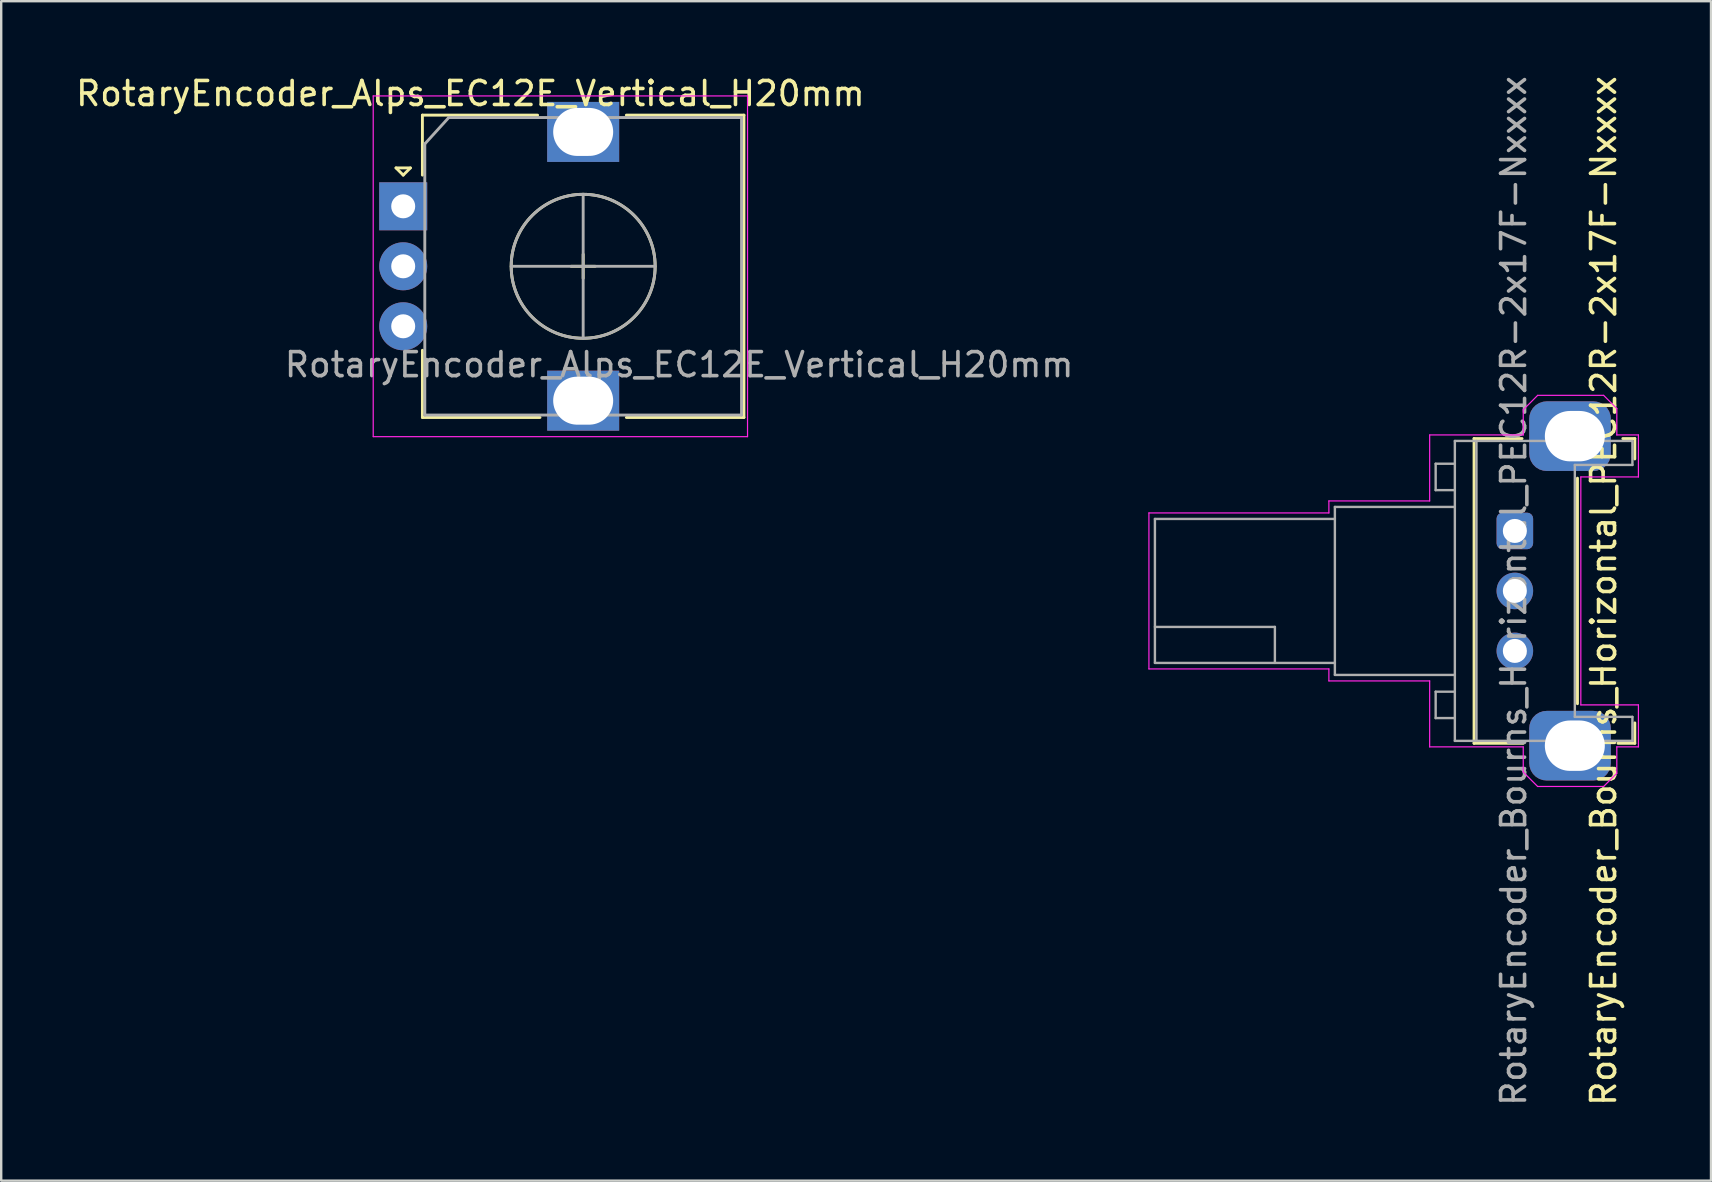
<source format=kicad_pcb>
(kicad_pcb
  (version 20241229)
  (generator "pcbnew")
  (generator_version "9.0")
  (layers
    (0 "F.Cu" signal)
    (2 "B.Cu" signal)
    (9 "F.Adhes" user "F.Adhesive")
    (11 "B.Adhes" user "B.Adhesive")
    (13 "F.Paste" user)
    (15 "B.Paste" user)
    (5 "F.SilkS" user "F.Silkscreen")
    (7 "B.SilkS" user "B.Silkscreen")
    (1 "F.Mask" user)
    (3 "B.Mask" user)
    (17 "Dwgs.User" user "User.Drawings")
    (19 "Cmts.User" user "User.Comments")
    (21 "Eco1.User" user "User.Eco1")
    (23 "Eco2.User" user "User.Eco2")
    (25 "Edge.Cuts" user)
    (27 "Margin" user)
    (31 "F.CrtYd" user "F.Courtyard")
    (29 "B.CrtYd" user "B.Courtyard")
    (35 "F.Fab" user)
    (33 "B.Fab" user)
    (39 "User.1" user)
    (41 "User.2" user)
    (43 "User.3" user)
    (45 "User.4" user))
  (footprint "RotaryEncoder_Alps_EC12E_Vertical_H20mm"
    (layer "F.Cu")
    (at 13.754 5.548)
    (property "Reference" "RotaryEncoder_Alps_EC12E_Vertical_H20mm" (at 2.8 -4.7 0) (layer "F.SilkS") (effects (font (size 1 1) (thickness 0.15))))
    (attr through_hole)
    (fp_line (start -0.3 -1.6) (end 0.3 -1.6) (stroke (width 0.12) (type solid)) (layer "F.SilkS"))
    (fp_line (start 0 -1.3) (end -0.3 -1.6) (stroke (width 0.12) (type solid)) (layer "F.SilkS"))
    (fp_line (start 0.3 -1.6) (end 0 -1.3) (stroke (width 0.12) (type solid)) (layer "F.SilkS"))
    (fp_line (start 0.8 -3.8) (end 0.8 -1.3) (stroke (width 0.12) (type solid)) (layer "F.SilkS"))
    (fp_line (start 0.8 8.8) (end 0.8 6) (stroke (width 0.12) (type solid)) (layer "F.SilkS"))
    (fp_line (start 5.6 -3.8) (end 0.8 -3.8) (stroke (width 0.12) (type solid)) (layer "F.SilkS"))
    (fp_line (start 5.7 8.8) (end 0.8 8.8) (stroke (width 0.12) (type solid)) (layer "F.SilkS"))
    (fp_line (start 7 2.5) (end 8 2.5) (stroke (width 0.12) (type solid)) (layer "F.SilkS"))
    (fp_line (start 7.5 2) (end 7.5 3) (stroke (width 0.12) (type solid)) (layer "F.SilkS"))
    (fp_line (start 9.3 -3.8) (end 14.2 -3.8) (stroke (width 0.12) (type solid)) (layer "F.SilkS"))
    (fp_line (start 14.2 -3.8) (end 14.2 8.8) (stroke (width 0.12) (type solid)) (layer "F.SilkS"))
    (fp_line (start 14.2 8.8) (end 9.3 8.8) (stroke (width 0.12) (type solid)) (layer "F.SilkS"))
    (fp_circle (center 7.5 2.5) (end 10.5 2.5) (stroke (width 0.12) (type solid)) (fill no) (layer "F.SilkS"))
    (fp_line (start -1.25 -4.6) (end -1.25 9.6) (stroke (width 0.05) (type solid)) (layer "F.CrtYd"))
    (fp_line (start -1.25 -4.6) (end 14.35 -4.6) (stroke (width 0.05) (type solid)) (layer "F.CrtYd"))
    (fp_line (start 14.35 9.6) (end -1.25 9.6) (stroke (width 0.05) (type solid)) (layer "F.CrtYd"))
    (fp_line (start 14.35 9.6) (end 14.35 -4.6) (stroke (width 0.05) (type solid)) (layer "F.CrtYd"))
    (fp_line (start 0.9 -2.6) (end 1.9 -3.7) (stroke (width 0.12) (type solid)) (layer "F.Fab"))
    (fp_line (start 0.9 8.7) (end 0.9 -2.6) (stroke (width 0.12) (type solid)) (layer "F.Fab"))
    (fp_line (start 1.9 -3.7) (end 14.1 -3.7) (stroke (width 0.12) (type solid)) (layer "F.Fab"))
    (fp_line (start 4.5 2.5) (end 10.5 2.5) (stroke (width 0.12) (type solid)) (layer "F.Fab"))
    (fp_line (start 7.5 -0.5) (end 7.5 5.5) (stroke (width 0.12) (type solid)) (layer "F.Fab"))
    (fp_line (start 14.1 -3.7) (end 14.1 8.7) (stroke (width 0.12) (type solid)) (layer "F.Fab"))
    (fp_line (start 14.1 8.7) (end 0.9 8.7) (stroke (width 0.12) (type solid)) (layer "F.Fab"))
    (fp_circle (center 7.5 2.5) (end 10.5 2.5) (stroke (width 0.12) (type solid)) (fill no) (layer "F.Fab"))
    (fp_text user "${REFERENCE}" (at 11.5 6.6 0) (layer "F.Fab") (effects (font (size 1 1) (thickness 0.15))))
    (pad "A" thru_hole rect (at 0 0) (size 2 2) (drill 1) (layers "*.Cu" "*.Mask"))
    (pad "B" thru_hole circle (at 0 5) (size 2 2) (drill 1) (layers "*.Cu" "*.Mask"))
    (pad "C" thru_hole circle (at 0 2.5) (size 2 2) (drill 1) (layers "*.Cu" "*.Mask"))
    (pad "MP" thru_hole rect (at 7.5 -3.1) (size 3 2.5) (drill oval 2.5 2) (layers "*.Cu" "*.Mask"))
    (pad "MP" thru_hole rect (at 7.5 8.1) (size 3 2.5) (drill oval 2.5 2) (layers "*.Cu" "*.Mask")))
  (footprint "RotaryEncoder_Bourns_Horizontal_PEC12R-2x17F-Nxxxx"
    (layer "F.Cu")
    (at 60.082 19.077)
    (property "Reference" "RotaryEncoder_Bourns_Horizontal_PEC12R-2x17F-Nxxxx" (at 3.7 2.5 270) (layer "F.SilkS") (effects (font (size 1 1) (thickness 0.15))))
    (attr through_hole)
    (fp_line (start -1.7 -3.85) (end -1.7 8.85) (stroke (width 0.12) (type solid)) (layer "F.SilkS"))
    (fp_line (start -1.7 8.85) (end 0.35 8.85) (stroke (width 0.12) (type solid)) (layer "F.SilkS"))
    (fp_line (start 0.3 -3.85) (end -1.7 -3.85) (stroke (width 0.12) (type solid)) (layer "F.SilkS"))
    (fp_line (start 2.61 -2.2) (end 2.61 7.2) (stroke (width 0.12) (type solid)) (layer "F.SilkS"))
    (fp_line (start 4.3 8.85) (end 5 8.85) (stroke (width 0.12) (type solid)) (layer "F.SilkS"))
    (fp_line (start 5 -3.85) (end 4.5 -3.85) (stroke (width 0.12) (type solid)) (layer "F.SilkS"))
    (fp_line (start 5 -3) (end 5 -3.85) (stroke (width 0.12) (type solid)) (layer "F.SilkS"))
    (fp_line (start 5 8.85) (end 5 8) (stroke (width 0.12) (type solid)) (layer "F.SilkS"))
    (fp_line (start -15.25 -0.75) (end -15.25 5.75) (stroke (width 0.05) (type default)) (layer "F.CrtYd"))
    (fp_line (start -15.25 5.75) (end -7.75 5.75) (stroke (width 0.05) (type default)) (layer "F.CrtYd"))
    (fp_line (start -7.75 -1.25) (end -3.55 -1.25) (stroke (width 0.05) (type default)) (layer "F.CrtYd"))
    (fp_line (start -7.75 -0.75) (end -15.25 -0.75) (stroke (width 0.05) (type default)) (layer "F.CrtYd"))
    (fp_line (start -7.75 -0.75) (end -7.75 -1.25) (stroke (width 0.05) (type default)) (layer "F.CrtYd"))
    (fp_line (start -7.75 5.75) (end -7.75 6.25) (stroke (width 0.05) (type default)) (layer "F.CrtYd"))
    (fp_line (start -7.75 6.25) (end -3.55 6.25) (stroke (width 0.05) (type default)) (layer "F.CrtYd"))
    (fp_line (start -3.55 -4) (end 0.35 -4) (stroke (width 0.05) (type solid)) (layer "F.CrtYd"))
    (fp_line (start -3.55 -1.25) (end -3.55 -4) (stroke (width 0.05) (type solid)) (layer "F.CrtYd"))
    (fp_line (start -3.55 9) (end -3.55 6.25) (stroke (width 0.05) (type solid)) (layer "F.CrtYd"))
    (fp_line (start 0.35 -5.05) (end 0.95 -5.65) (stroke (width 0.05) (type default)) (layer "F.CrtYd"))
    (fp_line (start 0.35 -4) (end 0.35 -5.05) (stroke (width 0.05) (type default)) (layer "F.CrtYd"))
    (fp_line (start 0.35 9) (end -3.55 9) (stroke (width 0.05) (type solid)) (layer "F.CrtYd"))
    (fp_line (start 0.35 10.05) (end 0.35 9) (stroke (width 0.05) (type default)) (layer "F.CrtYd"))
    (fp_line (start 0.35 10.05) (end 0.95 10.65) (stroke (width 0.05) (type default)) (layer "F.CrtYd"))
    (fp_line (start 2.75 -2.25) (end 5.15 -2.25) (stroke (width 0.05) (type default)) (layer "F.CrtYd"))
    (fp_line (start 2.75 7.25) (end 2.75 -2.25) (stroke (width 0.05) (type default)) (layer "F.CrtYd"))
    (fp_line (start 3.7 -5.65) (end 0.95 -5.65) (stroke (width 0.05) (type default)) (layer "F.CrtYd"))
    (fp_line (start 3.7 -5.65) (end 4.25 -5.1) (stroke (width 0.05) (type default)) (layer "F.CrtYd"))
    (fp_line (start 3.7 10.65) (end 0.95 10.65) (stroke (width 0.05) (type default)) (layer "F.CrtYd"))
    (fp_line (start 3.7 10.65) (end 4.25 10.1) (stroke (width 0.05) (type default)) (layer "F.CrtYd"))
    (fp_line (start 4.25 -4) (end 4.25 -5.1) (stroke (width 0.05) (type default)) (layer "F.CrtYd"))
    (fp_line (start 4.25 9) (end 4.25 10.1) (stroke (width 0.05) (type default)) (layer "F.CrtYd"))
    (fp_line (start 5.15 -4) (end 4.25 -4) (stroke (width 0.05) (type solid)) (layer "F.CrtYd"))
    (fp_line (start 5.15 -4) (end 5.15 -2.25) (stroke (width 0.05) (type solid)) (layer "F.CrtYd"))
    (fp_line (start 5.15 7.25) (end 2.75 7.25) (stroke (width 0.05) (type default)) (layer "F.CrtYd"))
    (fp_line (start 5.15 7.25) (end 5.15 9) (stroke (width 0.05) (type solid)) (layer "F.CrtYd"))
    (fp_line (start 5.15 9) (end 4.25 9) (stroke (width 0.05) (type solid)) (layer "F.CrtYd"))
    (fp_line (start -15 -0.5) (end -15 5.5) (stroke (width 0.1) (type default)) (layer "F.Fab"))
    (fp_line (start -15 4) (end -10 4) (stroke (width 0.1) (type default)) (layer "F.Fab"))
    (fp_line (start -15 5.5) (end -7.5 5.5) (stroke (width 0.1) (type solid)) (layer "F.Fab"))
    (fp_line (start -10 4) (end -10 5.5) (stroke (width 0.1) (type default)) (layer "F.Fab"))
    (fp_line (start -7.5 -1) (end -7.5 6) (stroke (width 0.1) (type default)) (layer "F.Fab"))
    (fp_line (start -7.5 -1) (end -2.5 -1) (stroke (width 0.1) (type default)) (layer "F.Fab"))
    (fp_line (start -7.5 -0.5) (end -15 -0.5) (stroke (width 0.1) (type solid)) (layer "F.Fab"))
    (fp_line (start -7.5 6) (end -2.5 6) (stroke (width 0.1) (type default)) (layer "F.Fab"))
    (fp_line (start -3.3 -2.8) (end -2.5 -2.8) (stroke (width 0.1) (type default)) (layer "F.Fab"))
    (fp_line (start -3.3 -1.7) (end -3.3 -2.8) (stroke (width 0.1) (type default)) (layer "F.Fab"))
    (fp_line (start -3.3 6.7) (end -2.5 6.7) (stroke (width 0.1) (type default)) (layer "F.Fab"))
    (fp_line (start -3.3 7.8) (end -3.3 6.7) (stroke (width 0.1) (type default)) (layer "F.Fab"))
    (fp_line (start -2.5 -3.75) (end 4.9 -3.75) (stroke (width 0.1) (type solid)) (layer "F.Fab"))
    (fp_line (start -2.5 -1.7) (end -3.3 -1.7) (stroke (width 0.1) (type default)) (layer "F.Fab"))
    (fp_line (start -2.5 7.8) (end -3.3 7.8) (stroke (width 0.1) (type default)) (layer "F.Fab"))
    (fp_line (start -2.5 8.75) (end -2.5 -3.75) (stroke (width 0.1) (type solid)) (layer "F.Fab"))
    (fp_line (start -1.6 8.75) (end -1.6 -3.75) (stroke (width 0.1) (type solid)) (layer "F.Fab"))
    (fp_line (start 2.5 -2.75) (end 4.9 -2.75) (stroke (width 0.1) (type default)) (layer "F.Fab"))
    (fp_line (start 2.5 7.75) (end 2.5 -2.75) (stroke (width 0.1) (type default)) (layer "F.Fab"))
    (fp_line (start 2.5 7.75) (end 4.9 7.75) (stroke (width 0.1) (type default)) (layer "F.Fab"))
    (fp_line (start 4.9 -3.7) (end 4.9 -2.75) (stroke (width 0.1) (type solid)) (layer "F.Fab"))
    (fp_line (start 4.9 7.75) (end 4.9 8.75) (stroke (width 0.1) (type solid)) (layer "F.Fab"))
    (fp_line (start 4.9 8.75) (end -2.5 8.75) (stroke (width 0.1) (type solid)) (layer "F.Fab"))
    (fp_text user "${REFERENCE}" (at -0.05 2.5 90) (layer "F.Fab") (effects (font (size 1 1) (thickness 0.15))))
    (pad "A" thru_hole roundrect (at 0 0 270) (size 1.524 1.524) (drill 1) (layers "*.Cu" "*.Mask") (roundrect_rratio 0.164))
    (pad "B" thru_hole circle (at 0 5 270) (size 1.524 1.524) (drill 1) (layers "*.Cu" "*.Mask"))
    (pad "C" thru_hole circle (at 0 2.5 270) (size 1.524 1.524) (drill 1) (layers "*.Cu" "*.Mask"))
    (pad "SH" thru_hole roundrect (at 2.5 -3.95 180) (size 3.4 2.9) (drill oval 2.5 2.1 (offset 0.2 0)) (layers "*.Cu" "*.Mask") (roundrect_rratio 0.25))
    (pad "SH" thru_hole roundrect (at 2.5 8.95 180) (size 3.4 2.9) (drill oval 2.5 2.1 (offset 0.2 0)) (layers "*.Cu" "*.Mask") (roundrect_rratio 0.25))
    (zone (net_name "") (layer "F.Cu") (name "Shell contact") (hatch edge 0.5) (connect_pads) (min_thickness 0.25) (filled_areas_thickness no) (keepout (tracks not_allowed) (vias not_allowed) (pads not_allowed) (copperpour not_allowed) (footprints not_allowed)) (placement (enabled no)) (fill) (polygon (pts (xy 59.732 16.327) (xy 59.732 15.077) (xy 58.232 15.077) (xy 58.232 16.327))))
    (zone (net_name "") (layer "F.Cu") (name "Shell contact") (hatch edge 0.5) (connect_pads) (min_thickness 0.25) (filled_areas_thickness no) (keepout (tracks not_allowed) (vias not_allowed) (pads not_allowed) (copperpour not_allowed) (footprints not_allowed)) (placement (enabled no)) (fill) (polygon (pts (xy 59.732 28.077) (xy 59.732 26.827) (xy 58.232 26.827) (xy 58.232 28.077))))
    (zone (net_name "") (layer "F.Cu") (name "Shell contact") (hatch edge 0.5) (connect_pads) (min_thickness 0.25) (filled_areas_thickness no) (keepout (tracks not_allowed) (vias not_allowed) (pads not_allowed) (copperpour not_allowed) (footprints not_allowed)) (placement (enabled no)) (fill) (polygon (pts (xy 65.082 16.327) (xy 65.082 15.077) (xy 64.082 15.077) (xy 64.082 16.327))))
    (zone (net_name "") (layer "F.Cu") (name "Shell contact") (hatch edge 0.5) (connect_pads) (min_thickness 0.25) (filled_areas_thickness no) (keepout (tracks not_allowed) (vias not_allowed) (pads not_allowed) (copperpour not_allowed) (footprints not_allowed)) (placement (enabled no)) (fill) (polygon (pts (xy 65.082 28.077) (xy 65.082 26.827) (xy 64.082 26.827) (xy 64.082 28.077)))))
  (gr_rect
    (start -3 -3)
    (end 68.257 46.155)
    (stroke (width 0.1) (type default))
    (fill no)
    (layer "Edge.Cuts")))
</source>
